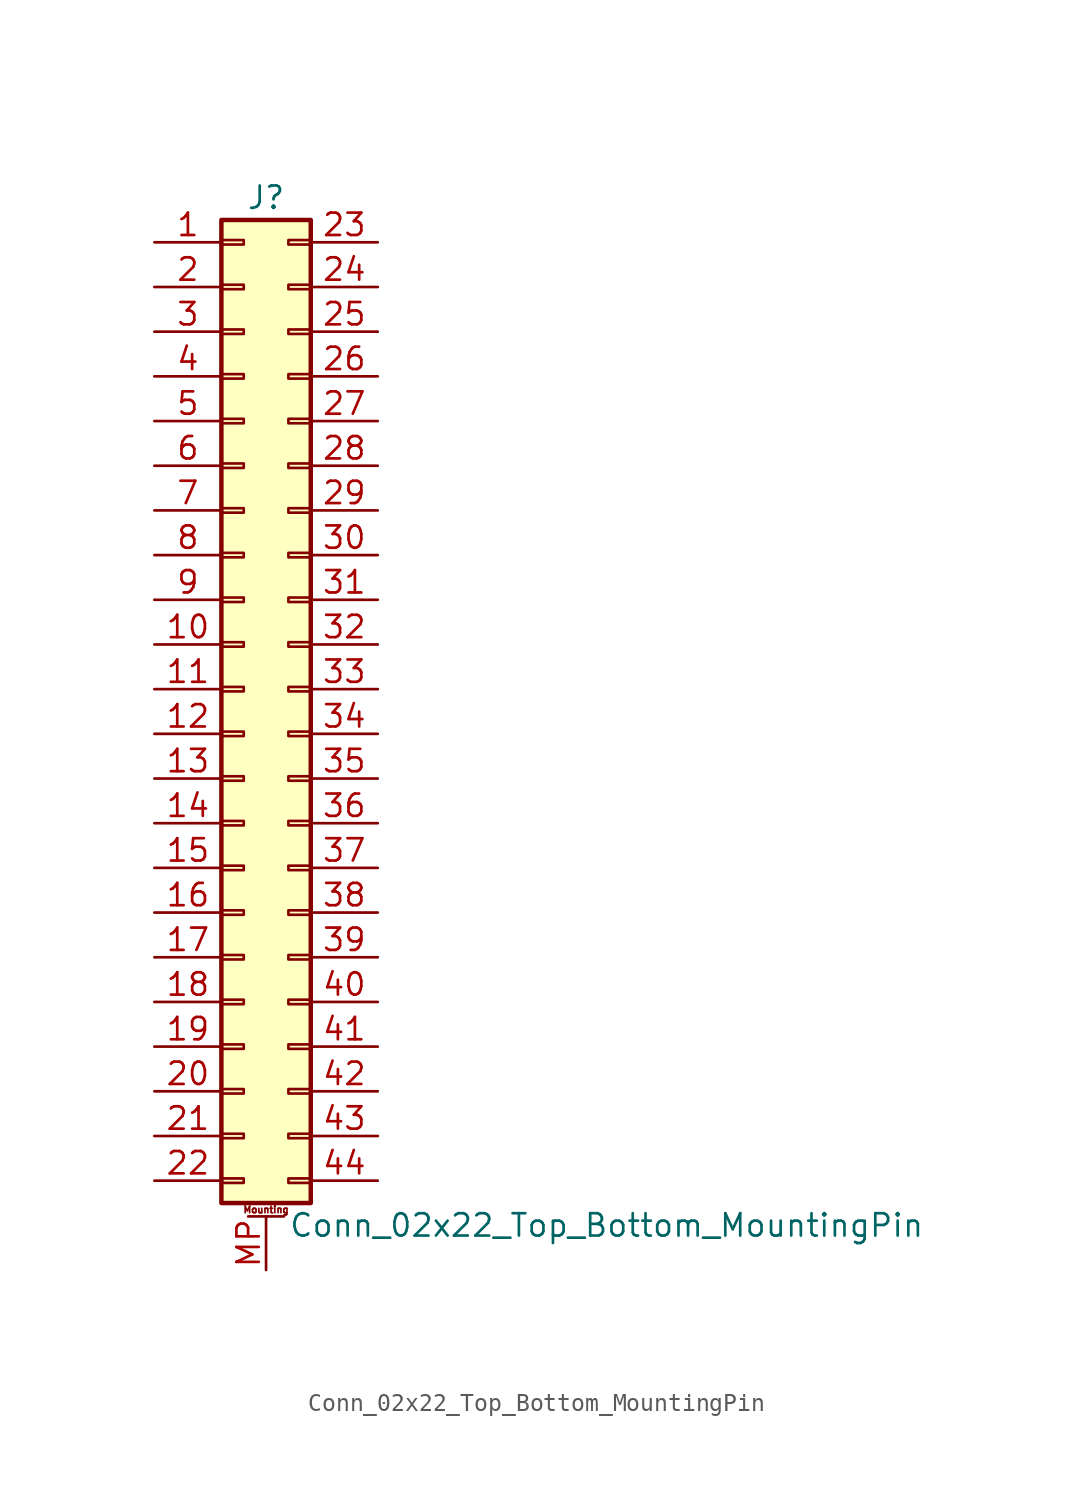
<source format=kicad_sym>
(kicad_symbol_lib
  (version 20201005)
  (generator kicad_symbol_editor)
  (symbol "Conn_02x22_Top_Bottom_MountingPin"
    (pin_names
      (offset 1.016) hide)
    (property "Reference" "J"
      (at 1.27 27.94 0)
      (effects (font (size 1.27 1.27))))
    (property "Value" "Conn_02x22_Top_Bottom_MountingPin"
      (at 2.54 -30.48 0)
      (effects (font (size 1.27 1.27)) (justify left)))
    (symbol "Conn_02x22_Top_Bottom_MountingPin_1_1"
      (text "Mounting" (at 1.27 -29.591 0) (effects (font (size 0.381 0.381))))
      (rectangle (start -1.27 -27.813) (end 0 -28.067) (stroke (width 0.152)) (fill (type none)))
      (rectangle (start -1.27 -25.273) (end 0 -25.527) (stroke (width 0.152)) (fill (type none)))
      (rectangle (start -1.27 -22.733) (end 0 -22.987) (stroke (width 0.152)) (fill (type none)))
      (rectangle (start -1.27 -20.193) (end 0 -20.447) (stroke (width 0.152)) (fill (type none)))
      (rectangle (start -1.27 -17.653) (end 0 -17.907) (stroke (width 0.152)) (fill (type none)))
      (rectangle (start -1.27 -15.113) (end 0 -15.367) (stroke (width 0.152)) (fill (type none)))
      (rectangle (start -1.27 -12.573) (end 0 -12.827) (stroke (width 0.152)) (fill (type none)))
      (rectangle (start -1.27 -10.033) (end 0 -10.287) (stroke (width 0.152)) (fill (type none)))
      (rectangle (start -1.27 -7.493) (end 0 -7.747) (stroke (width 0.152)) (fill (type none)))
      (rectangle (start -1.27 -4.953) (end 0 -5.207) (stroke (width 0.152)) (fill (type none)))
      (rectangle (start -1.27 -2.413) (end 0 -2.667) (stroke (width 0.152)) (fill (type none)))
      (rectangle (start -1.27 0.127) (end 0 -0.127) (stroke (width 0.152)) (fill (type none)))
      (rectangle (start -1.27 2.667) (end 0 2.413) (stroke (width 0.152)) (fill (type none)))
      (rectangle (start -1.27 5.207) (end 0 4.953) (stroke (width 0.152)) (fill (type none)))
      (rectangle (start -1.27 7.747) (end 0 7.493) (stroke (width 0.152)) (fill (type none)))
      (rectangle (start -1.27 10.287) (end 0 10.033) (stroke (width 0.152)) (fill (type none)))
      (rectangle (start -1.27 12.827) (end 0 12.573) (stroke (width 0.152)) (fill (type none)))
      (rectangle (start -1.27 15.367) (end 0 15.113) (stroke (width 0.152)) (fill (type none)))
      (rectangle (start -1.27 17.907) (end 0 17.653) (stroke (width 0.152)) (fill (type none)))
      (rectangle (start -1.27 20.447) (end 0 20.193) (stroke (width 0.152)) (fill (type none)))
      (rectangle (start -1.27 22.987) (end 0 22.733) (stroke (width 0.152)) (fill (type none)))
      (rectangle (start -1.27 25.527) (end 0 25.273) (stroke (width 0.152)) (fill (type none)))
      (rectangle (start -1.27 26.67) (end 3.81 -29.21) (stroke (width 0.254)) (fill (type background)))
      (rectangle (start 3.81 -27.813) (end 2.54 -28.067) (stroke (width 0.152)) (fill (type none)))
      (rectangle (start 3.81 -25.273) (end 2.54 -25.527) (stroke (width 0.152)) (fill (type none)))
      (rectangle (start 3.81 -22.733) (end 2.54 -22.987) (stroke (width 0.152)) (fill (type none)))
      (rectangle (start 3.81 -20.193) (end 2.54 -20.447) (stroke (width 0.152)) (fill (type none)))
      (rectangle (start 3.81 -17.653) (end 2.54 -17.907) (stroke (width 0.152)) (fill (type none)))
      (rectangle (start 3.81 -15.113) (end 2.54 -15.367) (stroke (width 0.152)) (fill (type none)))
      (rectangle (start 3.81 -12.573) (end 2.54 -12.827) (stroke (width 0.152)) (fill (type none)))
      (rectangle (start 3.81 -10.033) (end 2.54 -10.287) (stroke (width 0.152)) (fill (type none)))
      (rectangle (start 3.81 -7.493) (end 2.54 -7.747) (stroke (width 0.152)) (fill (type none)))
      (rectangle (start 3.81 -4.953) (end 2.54 -5.207) (stroke (width 0.152)) (fill (type none)))
      (rectangle (start 3.81 -2.413) (end 2.54 -2.667) (stroke (width 0.152)) (fill (type none)))
      (rectangle (start 3.81 0.127) (end 2.54 -0.127) (stroke (width 0.152)) (fill (type none)))
      (rectangle (start 3.81 2.667) (end 2.54 2.413) (stroke (width 0.152)) (fill (type none)))
      (rectangle (start 3.81 5.207) (end 2.54 4.953) (stroke (width 0.152)) (fill (type none)))
      (rectangle (start 3.81 7.747) (end 2.54 7.493) (stroke (width 0.152)) (fill (type none)))
      (rectangle (start 3.81 10.287) (end 2.54 10.033) (stroke (width 0.152)) (fill (type none)))
      (rectangle (start 3.81 12.827) (end 2.54 12.573) (stroke (width 0.152)) (fill (type none)))
      (rectangle (start 3.81 15.367) (end 2.54 15.113) (stroke (width 0.152)) (fill (type none)))
      (rectangle (start 3.81 17.907) (end 2.54 17.653) (stroke (width 0.152)) (fill (type none)))
      (rectangle (start 3.81 20.447) (end 2.54 20.193) (stroke (width 0.152)) (fill (type none)))
      (rectangle (start 3.81 22.987) (end 2.54 22.733) (stroke (width 0.152)) (fill (type none)))
      (rectangle (start 3.81 25.527) (end 2.54 25.273) (stroke (width 0.152)) (fill (type none)))
      (polyline (pts (xy 0.254 -29.972) (xy 2.286 -29.972)) (stroke (width 0.152)) (fill (type none)))
      (pin passive line (at -5.08 25.4 0) (length 3.81) (name "Pin_1" (effects (font (size 1.27 1.27)))) (number "1" (effects (font (size 1.27 1.27)))))
      (pin passive line (at -5.08 2.54 0) (length 3.81) (name "Pin_10" (effects (font (size 1.27 1.27)))) (number "10" (effects (font (size 1.27 1.27)))))
      (pin passive line (at -5.08 0 0) (length 3.81) (name "Pin_11" (effects (font (size 1.27 1.27)))) (number "11" (effects (font (size 1.27 1.27)))))
      (pin passive line (at -5.08 -2.54 0) (length 3.81) (name "Pin_12" (effects (font (size 1.27 1.27)))) (number "12" (effects (font (size 1.27 1.27)))))
      (pin passive line (at -5.08 -5.08 0) (length 3.81) (name "Pin_13" (effects (font (size 1.27 1.27)))) (number "13" (effects (font (size 1.27 1.27)))))
      (pin passive line (at -5.08 -7.62 0) (length 3.81) (name "Pin_14" (effects (font (size 1.27 1.27)))) (number "14" (effects (font (size 1.27 1.27)))))
      (pin passive line (at -5.08 -10.16 0) (length 3.81) (name "Pin_15" (effects (font (size 1.27 1.27)))) (number "15" (effects (font (size 1.27 1.27)))))
      (pin passive line (at -5.08 -12.7 0) (length 3.81) (name "Pin_16" (effects (font (size 1.27 1.27)))) (number "16" (effects (font (size 1.27 1.27)))))
      (pin passive line (at -5.08 -15.24 0) (length 3.81) (name "Pin_17" (effects (font (size 1.27 1.27)))) (number "17" (effects (font (size 1.27 1.27)))))
      (pin passive line (at -5.08 -17.78 0) (length 3.81) (name "Pin_18" (effects (font (size 1.27 1.27)))) (number "18" (effects (font (size 1.27 1.27)))))
      (pin passive line (at -5.08 -20.32 0) (length 3.81) (name "Pin_19" (effects (font (size 1.27 1.27)))) (number "19" (effects (font (size 1.27 1.27)))))
      (pin passive line (at -5.08 22.86 0) (length 3.81) (name "Pin_2" (effects (font (size 1.27 1.27)))) (number "2" (effects (font (size 1.27 1.27)))))
      (pin passive line (at -5.08 -22.86 0) (length 3.81) (name "Pin_20" (effects (font (size 1.27 1.27)))) (number "20" (effects (font (size 1.27 1.27)))))
      (pin passive line (at -5.08 -25.4 0) (length 3.81) (name "Pin_21" (effects (font (size 1.27 1.27)))) (number "21" (effects (font (size 1.27 1.27)))))
      (pin passive line (at -5.08 -27.94 0) (length 3.81) (name "Pin_22" (effects (font (size 1.27 1.27)))) (number "22" (effects (font (size 1.27 1.27)))))
      (pin passive line (at 7.62 25.4 180) (length 3.81) (name "Pin_23" (effects (font (size 1.27 1.27)))) (number "23" (effects (font (size 1.27 1.27)))))
      (pin passive line (at 7.62 22.86 180) (length 3.81) (name "Pin_24" (effects (font (size 1.27 1.27)))) (number "24" (effects (font (size 1.27 1.27)))))
      (pin passive line (at 7.62 20.32 180) (length 3.81) (name "Pin_25" (effects (font (size 1.27 1.27)))) (number "25" (effects (font (size 1.27 1.27)))))
      (pin passive line (at 7.62 17.78 180) (length 3.81) (name "Pin_26" (effects (font (size 1.27 1.27)))) (number "26" (effects (font (size 1.27 1.27)))))
      (pin passive line (at 7.62 15.24 180) (length 3.81) (name "Pin_27" (effects (font (size 1.27 1.27)))) (number "27" (effects (font (size 1.27 1.27)))))
      (pin passive line (at 7.62 12.7 180) (length 3.81) (name "Pin_28" (effects (font (size 1.27 1.27)))) (number "28" (effects (font (size 1.27 1.27)))))
      (pin passive line (at 7.62 10.16 180) (length 3.81) (name "Pin_29" (effects (font (size 1.27 1.27)))) (number "29" (effects (font (size 1.27 1.27)))))
      (pin passive line (at -5.08 20.32 0) (length 3.81) (name "Pin_3" (effects (font (size 1.27 1.27)))) (number "3" (effects (font (size 1.27 1.27)))))
      (pin passive line (at 7.62 7.62 180) (length 3.81) (name "Pin_30" (effects (font (size 1.27 1.27)))) (number "30" (effects (font (size 1.27 1.27)))))
      (pin passive line (at 7.62 5.08 180) (length 3.81) (name "Pin_31" (effects (font (size 1.27 1.27)))) (number "31" (effects (font (size 1.27 1.27)))))
      (pin passive line (at 7.62 2.54 180) (length 3.81) (name "Pin_32" (effects (font (size 1.27 1.27)))) (number "32" (effects (font (size 1.27 1.27)))))
      (pin passive line (at 7.62 0 180) (length 3.81) (name "Pin_33" (effects (font (size 1.27 1.27)))) (number "33" (effects (font (size 1.27 1.27)))))
      (pin passive line (at 7.62 -2.54 180) (length 3.81) (name "Pin_34" (effects (font (size 1.27 1.27)))) (number "34" (effects (font (size 1.27 1.27)))))
      (pin passive line (at 7.62 -5.08 180) (length 3.81) (name "Pin_35" (effects (font (size 1.27 1.27)))) (number "35" (effects (font (size 1.27 1.27)))))
      (pin passive line (at 7.62 -7.62 180) (length 3.81) (name "Pin_36" (effects (font (size 1.27 1.27)))) (number "36" (effects (font (size 1.27 1.27)))))
      (pin passive line (at 7.62 -10.16 180) (length 3.81) (name "Pin_37" (effects (font (size 1.27 1.27)))) (number "37" (effects (font (size 1.27 1.27)))))
      (pin passive line (at 7.62 -12.7 180) (length 3.81) (name "Pin_38" (effects (font (size 1.27 1.27)))) (number "38" (effects (font (size 1.27 1.27)))))
      (pin passive line (at 7.62 -15.24 180) (length 3.81) (name "Pin_39" (effects (font (size 1.27 1.27)))) (number "39" (effects (font (size 1.27 1.27)))))
      (pin passive line (at -5.08 17.78 0) (length 3.81) (name "Pin_4" (effects (font (size 1.27 1.27)))) (number "4" (effects (font (size 1.27 1.27)))))
      (pin passive line (at 7.62 -17.78 180) (length 3.81) (name "Pin_40" (effects (font (size 1.27 1.27)))) (number "40" (effects (font (size 1.27 1.27)))))
      (pin passive line (at 7.62 -20.32 180) (length 3.81) (name "Pin_41" (effects (font (size 1.27 1.27)))) (number "41" (effects (font (size 1.27 1.27)))))
      (pin passive line (at 7.62 -22.86 180) (length 3.81) (name "Pin_42" (effects (font (size 1.27 1.27)))) (number "42" (effects (font (size 1.27 1.27)))))
      (pin passive line (at 7.62 -25.4 180) (length 3.81) (name "Pin_43" (effects (font (size 1.27 1.27)))) (number "43" (effects (font (size 1.27 1.27)))))
      (pin passive line (at 7.62 -27.94 180) (length 3.81) (name "Pin_44" (effects (font (size 1.27 1.27)))) (number "44" (effects (font (size 1.27 1.27)))))
      (pin passive line (at -5.08 15.24 0) (length 3.81) (name "Pin_5" (effects (font (size 1.27 1.27)))) (number "5" (effects (font (size 1.27 1.27)))))
      (pin passive line (at -5.08 12.7 0) (length 3.81) (name "Pin_6" (effects (font (size 1.27 1.27)))) (number "6" (effects (font (size 1.27 1.27)))))
      (pin passive line (at -5.08 10.16 0) (length 3.81) (name "Pin_7" (effects (font (size 1.27 1.27)))) (number "7" (effects (font (size 1.27 1.27)))))
      (pin passive line (at -5.08 7.62 0) (length 3.81) (name "Pin_8" (effects (font (size 1.27 1.27)))) (number "8" (effects (font (size 1.27 1.27)))))
      (pin passive line (at -5.08 5.08 0) (length 3.81) (name "Pin_9" (effects (font (size 1.27 1.27)))) (number "9" (effects (font (size 1.27 1.27)))))
      (pin passive line (at 1.27 -33.02 90) (length 3.048) (name "MountPin" (effects (font (size 1.27 1.27)))) (number "MP" (effects (font (size 1.27 1.27))))))))
</source>
